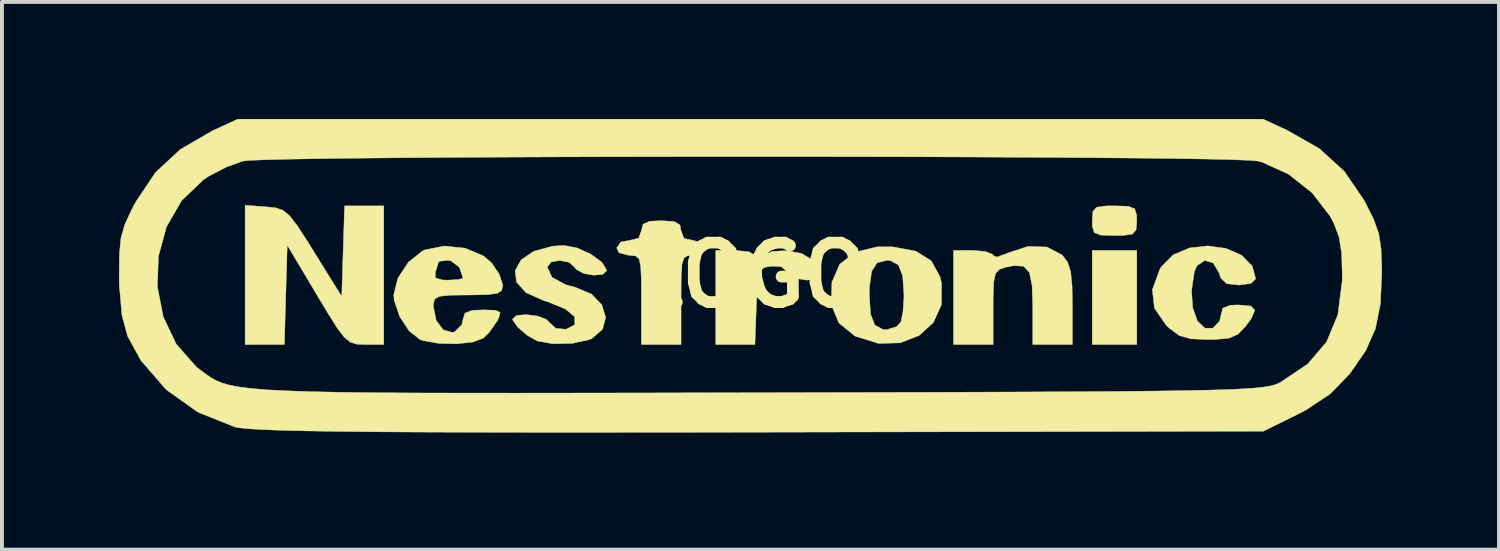
<source format=kicad_pcb>
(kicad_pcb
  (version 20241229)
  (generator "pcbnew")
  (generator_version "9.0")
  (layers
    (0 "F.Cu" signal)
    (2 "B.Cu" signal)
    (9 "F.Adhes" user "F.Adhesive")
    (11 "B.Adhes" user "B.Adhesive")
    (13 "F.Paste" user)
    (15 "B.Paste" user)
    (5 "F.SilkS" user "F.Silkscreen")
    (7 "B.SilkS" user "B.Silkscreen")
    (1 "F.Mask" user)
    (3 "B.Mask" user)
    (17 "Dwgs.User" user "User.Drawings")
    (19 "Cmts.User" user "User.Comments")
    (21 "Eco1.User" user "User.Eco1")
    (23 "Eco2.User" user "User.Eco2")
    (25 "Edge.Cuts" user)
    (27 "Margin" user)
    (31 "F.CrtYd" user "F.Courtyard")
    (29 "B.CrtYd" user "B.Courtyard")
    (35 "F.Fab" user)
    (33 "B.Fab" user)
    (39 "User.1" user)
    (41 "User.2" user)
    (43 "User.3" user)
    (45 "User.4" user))
  (footprint "LOGO"
    (layer "F.Cu")
    (at 16.188 4.005)
    (property "Reference" "LOGO" (at 0 0 0) (layer "F.SilkS") (effects (font (size 1.524 1.524) (thickness 0.3))))
    (attr through_hole)
    (fp_poly (pts (xy 9.906 1.778) (xy 8.763 1.778) (xy 8.763 -0.635) (xy 9.906 -0.635) (xy 9.906 1.778)) (stroke (width 0.01) (type solid)) (fill yes) (layer "F.SilkS"))
    (fp_poly (pts (xy 9.686 -1.767) (xy 9.852 -1.703) (xy 9.903 -1.541) (xy 9.906 -1.397) (xy 9.889 -1.163) (xy 9.794 -1.052) (xy 9.55 -1.018) (xy 9.335 -1.016) (xy 8.983 -1.027) (xy 8.817 -1.091) (xy 8.766 -1.253) (xy 8.763 -1.397) (xy 8.78 -1.631) (xy 8.875 -1.742) (xy 9.119 -1.776) (xy 9.335 -1.778) (xy 9.686 -1.767)) (stroke (width 0.01) (type solid)) (fill yes) (layer "F.SilkS"))
    (fp_poly (pts (xy -12.418 -1.754) (xy -12.173 -1.728) (xy -11.987 -1.665) (xy -11.815 -1.525) (xy -11.616 -1.268) (xy -11.348 -0.854) (xy -11.18 -0.584) (xy -10.477 0.546) (xy -10.441 -0.616) (xy -10.404 -1.778) (xy -9.901 -1.778) (xy -9.398 -1.778) (xy -9.398 1.778) (xy -9.877 1.778) (xy -10.086 1.77) (xy -10.25 1.722) (xy -10.407 1.596) (xy -10.591 1.356) (xy -10.838 0.965) (xy -11.115 0.503) (xy -11.874 -0.772) (xy -11.911 0.503) (xy -11.947 1.778) (xy -12.954 1.778) (xy -12.954 -1.793) (xy -12.418 -1.754)) (stroke (width 0.01) (type solid)) (fill yes) (layer "F.SilkS"))
    (fp_poly (pts (xy -0.033 -0.6) (xy 0.123 -0.505) (xy 0.127 -0.483) (xy 0.164 -0.394) (xy 0.279 -0.483) (xy 0.556 -0.61) (xy 0.944 -0.63) (xy 1.326 -0.551) (xy 1.568 -0.403) (xy 1.731 -0.166) (xy 1.778 -0.022) (xy 1.677 0.094) (xy 1.442 0.127) (xy 1.178 0.083) (xy 0.991 -0.03) (xy 0.967 -0.072) (xy 0.782 -0.222) (xy 0.54 -0.231) (xy 0.364 -0.2) (xy 0.258 -0.12) (xy 0.2 0.062) (xy 0.17 0.403) (xy 0.153 0.794) (xy 0.116 1.778) (xy -0.889 1.778) (xy -0.889 -0.635) (xy -0.381 -0.635) (xy -0.033 -0.6)) (stroke (width 0.01) (type solid)) (fill yes) (layer "F.SilkS"))
    (fp_poly (pts (xy 7.603 -0.722) (xy 7.987 -0.522) (xy 8.001 -0.508) (xy 8.133 -0.333) (xy 8.211 -0.093) (xy 8.247 0.277) (xy 8.255 0.762) (xy 8.255 1.778) (xy 7.239 1.778) (xy 7.239 0.822) (xy 7.222 0.268) (xy 7.153 -0.069) (xy 7.007 -0.228) (xy 6.759 -0.246) (xy 6.54 -0.202) (xy 6.378 -0.146) (xy 6.284 -0.04) (xy 6.238 0.173) (xy 6.224 0.552) (xy 6.223 0.828) (xy 6.223 1.778) (xy 5.207 1.778) (xy 5.207 -0.635) (xy 5.715 -0.635) (xy 6.033 -0.606) (xy 6.21 -0.534) (xy 6.223 -0.505) (xy 6.319 -0.465) (xy 6.563 -0.551) (xy 6.598 -0.568) (xy 7.117 -0.738) (xy 7.603 -0.722)) (stroke (width 0.01) (type solid)) (fill yes) (layer "F.SilkS"))
    (fp_poly (pts (xy -1.954 -1.376) (xy -1.807 -1.29) (xy -1.778 -1.143) (xy -1.704 -0.944) (xy -1.46 -0.889) (xy -1.205 -0.823) (xy -1.143 -0.699) (xy -1.253 -0.545) (xy -1.46 -0.508) (xy -1.611 -0.499) (xy -1.704 -0.439) (xy -1.754 -0.279) (xy -1.774 0.029) (xy -1.778 0.534) (xy -1.778 0.635) (xy -1.778 1.778) (xy -2.794 1.778) (xy -2.794 0.635) (xy -2.797 0.094) (xy -2.813 -0.242) (xy -2.857 -0.422) (xy -2.943 -0.494) (xy -3.083 -0.508) (xy -3.111 -0.508) (xy -3.367 -0.574) (xy -3.429 -0.699) (xy -3.319 -0.852) (xy -3.111 -0.889) (xy -2.863 -0.949) (xy -2.794 -1.143) (xy -2.751 -1.309) (xy -2.579 -1.383) (xy -2.286 -1.397) (xy -1.954 -1.376)) (stroke (width 0.01) (type solid)) (fill yes) (layer "F.SilkS"))
    (fp_poly (pts (xy 3.649 -0.727) (xy 4.241 -0.616) (xy 4.634 -0.37) (xy 4.858 0.032) (xy 4.902 0.21) (xy 4.897 0.759) (xy 4.69 1.214) (xy 4.324 1.547) (xy 3.842 1.735) (xy 3.286 1.75) (xy 2.698 1.567) (xy 2.675 1.556) (xy 2.268 1.224) (xy 2.073 0.756) (xy 2.08 0.508) (xy 3.048 0.508) (xy 3.08 0.996) (xy 3.189 1.277) (xy 3.395 1.39) (xy 3.493 1.397) (xy 3.752 1.319) (xy 3.86 1.196) (xy 3.911 0.94) (xy 3.936 0.572) (xy 3.937 0.508) (xy 3.905 0.02) (xy 3.796 -0.261) (xy 3.59 -0.374) (xy 3.493 -0.381) (xy 3.248 -0.317) (xy 3.108 -0.099) (xy 3.052 0.312) (xy 3.048 0.508) (xy 2.08 0.508) (xy 2.09 0.178) (xy 2.291 -0.283) (xy 2.683 -0.589) (xy 3.246 -0.727) (xy 3.649 -0.727)) (stroke (width 0.01) (type solid)) (fill yes) (layer "F.SilkS"))
    (fp_poly (pts (xy 12.194 -0.686) (xy 12.593 -0.512) (xy 12.865 -0.236) (xy 12.954 0.092) (xy 12.838 0.21) (xy 12.525 0.254) (xy 12.523 0.254) (xy 12.211 0.218) (xy 12.058 0.073) (xy 12.013 -0.064) (xy 11.863 -0.316) (xy 11.645 -0.377) (xy 11.448 -0.242) (xy 11.383 -0.095) (xy 11.309 0.395) (xy 11.34 0.836) (xy 11.461 1.175) (xy 11.653 1.36) (xy 11.856 1.358) (xy 12.028 1.18) (xy 12.065 1.02) (xy 12.113 0.843) (xy 12.303 0.771) (xy 12.509 0.762) (xy 12.83 0.79) (xy 12.934 0.898) (xy 12.834 1.123) (xy 12.691 1.316) (xy 12.498 1.515) (xy 12.266 1.616) (xy 11.903 1.649) (xy 11.729 1.651) (xy 11.288 1.631) (xy 10.994 1.546) (xy 10.74 1.359) (xy 10.658 1.28) (xy 10.358 0.843) (xy 10.305 0.372) (xy 10.498 -0.152) (xy 10.535 -0.215) (xy 10.841 -0.523) (xy 11.259 -0.699) (xy 11.73 -0.751) (xy 12.194 -0.686)) (stroke (width 0.01) (type solid)) (fill yes) (layer "F.SilkS"))
    (fp_poly (pts (xy -4.436 -0.697) (xy -4.087 -0.537) (xy -3.807 -0.331) (xy -3.684 -0.131) (xy -3.683 -0.118) (xy -3.785 -0.02) (xy -4.02 -0.000017) (xy -4.283 -0.047) (xy -4.468 -0.152) (xy -4.491 -0.191) (xy -4.643 -0.329) (xy -4.885 -0.378) (xy -5.11 -0.338) (xy -5.207 -0.206) (xy -5.085 0.056) (xy -4.723 0.249) (xy -4.49 0.31) (xy -4.074 0.484) (xy -3.809 0.76) (xy -3.71 1.08) (xy -3.791 1.388) (xy -4.067 1.625) (xy -4.139 1.655) (xy -4.569 1.748) (xy -5.062 1.759) (xy -5.461 1.688) (xy -5.722 1.542) (xy -5.964 1.334) (xy -6.092 1.149) (xy -6.096 1.123) (xy -5.992 1.033) (xy -5.745 1.011) (xy -5.458 1.047) (xy -5.229 1.133) (xy -5.161 1.206) (xy -4.989 1.36) (xy -4.728 1.388) (xy -4.515 1.278) (xy -4.501 1.258) (xy -4.507 1.063) (xy -4.746 0.865) (xy -5.196 0.682) (xy -5.3 0.651) (xy -5.757 0.445) (xy -5.996 0.177) (xy -6.031 -0.116) (xy -5.878 -0.393) (xy -5.55 -0.616) (xy -5.063 -0.745) (xy -4.771 -0.762) (xy -4.436 -0.697)) (stroke (width 0.01) (type solid)) (fill yes) (layer "F.SilkS"))
    (fp_poly (pts (xy -7.313 -0.692) (xy -6.844 -0.495) (xy -6.636 -0.318) (xy -6.438 -0.02) (xy -6.35 0.249) (xy -6.35 0.261) (xy -6.376 0.391) (xy -6.489 0.466) (xy -6.745 0.499) (xy -7.195 0.508) (xy -7.239 0.508) (xy -7.704 0.513) (xy -7.97 0.542) (xy -8.093 0.611) (xy -8.127 0.74) (xy -8.128 0.801) (xy -8.056 1.158) (xy -7.874 1.402) (xy -7.637 1.468) (xy -7.585 1.454) (xy -7.4 1.271) (xy -7.366 1.129) (xy -7.319 0.972) (xy -7.134 0.902) (xy -6.854 0.889) (xy -6.533 0.899) (xy -6.416 0.954) (xy -6.452 1.096) (xy -6.493 1.175) (xy -6.694 1.463) (xy -6.847 1.615) (xy -7.118 1.715) (xy -7.535 1.76) (xy -7.994 1.748) (xy -8.392 1.677) (xy -8.471 1.65) (xy -8.751 1.428) (xy -8.991 1.06) (xy -9.131 0.649) (xy -9.144 0.502) (xy -9.038 0.076) (xy -8.939 -0.074) (xy -8.078 -0.074) (xy -8.077 0.069) (xy -7.893 0.123) (xy -7.761 0.127) (xy -7.487 0.112) (xy -7.366 0.076) (xy -7.366 0.074) (xy -7.461 -0.204) (xy -7.682 -0.37) (xy -7.761 -0.381) (xy -7.96 -0.358) (xy -8.001 -0.328) (xy -8.041 -0.179) (xy -8.078 -0.074) (xy -8.939 -0.074) (xy -8.767 -0.335) (xy -8.407 -0.622) (xy -8.355 -0.646) (xy -7.851 -0.748) (xy -7.313 -0.692)) (stroke (width 0.01) (type solid)) (fill yes) (layer "F.SilkS"))
    (fp_poly (pts (xy 13.758 -3.717) (xy 14.587 -3.245) (xy 15.227 -2.662) (xy 15.736 -1.915) (xy 15.755 -1.879) (xy 15.979 -1.433) (xy 16.109 -1.066) (xy 16.169 -0.671) (xy 16.187 -0.143) (xy 16.187 -0.064) (xy 16.152 0.732) (xy 16.025 1.369) (xy 15.777 1.931) (xy 15.381 2.506) (xy 15.362 2.531) (xy 14.868 3.041) (xy 14.239 3.459) (xy 14.01 3.577) (xy 13.15 4) (xy 0.257 4.025) (xy -1.961 4.029) (xy -3.936 4.03) (xy -5.683 4.03) (xy -7.212 4.027) (xy -8.537 4.022) (xy -9.669 4.015) (xy -10.621 4.005) (xy -11.405 3.992) (xy -12.034 3.977) (xy -12.52 3.958) (xy -12.875 3.937) (xy -13.111 3.912) (xy -13.217 3.892) (xy -14.166 3.511) (xy -14.979 2.933) (xy -15.625 2.186) (xy -15.965 1.567) (xy -16.112 1.027) (xy -16.175 0.3) (xy -15.203 0.3) (xy -15.052 1.067) (xy -14.72 1.766) (xy -14.208 2.347) (xy -14.09 2.44) (xy -13.961 2.535) (xy -13.84 2.62) (xy -13.709 2.695) (xy -13.555 2.76) (xy -13.363 2.816) (xy -13.116 2.864) (xy -12.801 2.904) (xy -12.402 2.938) (xy -11.904 2.964) (xy -11.292 2.985) (xy -10.551 3.001) (xy -9.665 3.012) (xy -8.621 3.019) (xy -7.403 3.022) (xy -5.995 3.023) (xy -4.383 3.021) (xy -2.552 3.018) (xy -0.486 3.013) (xy 0.191 3.012) (xy 2.292 3.007) (xy 4.154 3.003) (xy 5.793 2.998) (xy 7.222 2.992) (xy 8.458 2.986) (xy 9.514 2.979) (xy 10.407 2.97) (xy 11.15 2.959) (xy 11.76 2.946) (xy 12.25 2.931) (xy 12.637 2.913) (xy 12.935 2.892) (xy 13.158 2.868) (xy 13.323 2.841) (xy 13.444 2.809) (xy 13.536 2.774) (xy 13.589 2.747) (xy 14.289 2.276) (xy 14.774 1.707) (xy 15.061 1.01) (xy 15.171 0.149) (xy 15.174 0) (xy 15.158 -0.562) (xy 15.093 -0.972) (xy 14.959 -1.329) (xy 14.859 -1.518) (xy 14.404 -2.108) (xy 13.796 -2.59) (xy 13.122 -2.897) (xy 13.008 -2.926) (xy 12.802 -2.945) (xy 12.363 -2.961) (xy 11.713 -2.977) (xy 10.873 -2.99) (xy 9.864 -3.002) (xy 8.708 -3.012) (xy 7.425 -3.021) (xy 6.038 -3.028) (xy 4.567 -3.034) (xy 3.034 -3.038) (xy 1.461 -3.04) (xy -0.133 -3.04) (xy -1.724 -3.04) (xy -3.293 -3.037) (xy -4.817 -3.033) (xy -6.275 -3.027) (xy -7.646 -3.02) (xy -8.909 -3.011) (xy -10.043 -3) (xy -11.025 -2.988) (xy -11.835 -2.974) (xy -12.452 -2.959) (xy -12.853 -2.942) (xy -13.008 -2.926) (xy -13.426 -2.777) (xy -13.88 -2.542) (xy -14.024 -2.447) (xy -14.585 -1.909) (xy -14.97 -1.238) (xy -15.176 -0.485) (xy -15.203 0.3) (xy -16.175 0.3) (xy -16.179 0.261) (xy -16.183 0) (xy -16.176 -0.558) (xy -16.136 -0.959) (xy -16.039 -1.299) (xy -15.864 -1.676) (xy -15.757 -1.879) (xy -15.249 -2.636) (xy -14.614 -3.225) (xy -13.793 -3.701) (xy -13.758 -3.717) (xy -13.145 -4) (xy 13.145 -4) (xy 13.758 -3.717)) (stroke (width 0.01) (type solid)) (fill yes) (layer "F.SilkS")))
  (gr_rect
    (start -3 -3)
    (end 35.38 11.041)
    (stroke (width 0.1) (type default))
    (fill no)
    (layer "Edge.Cuts")))
</source>
